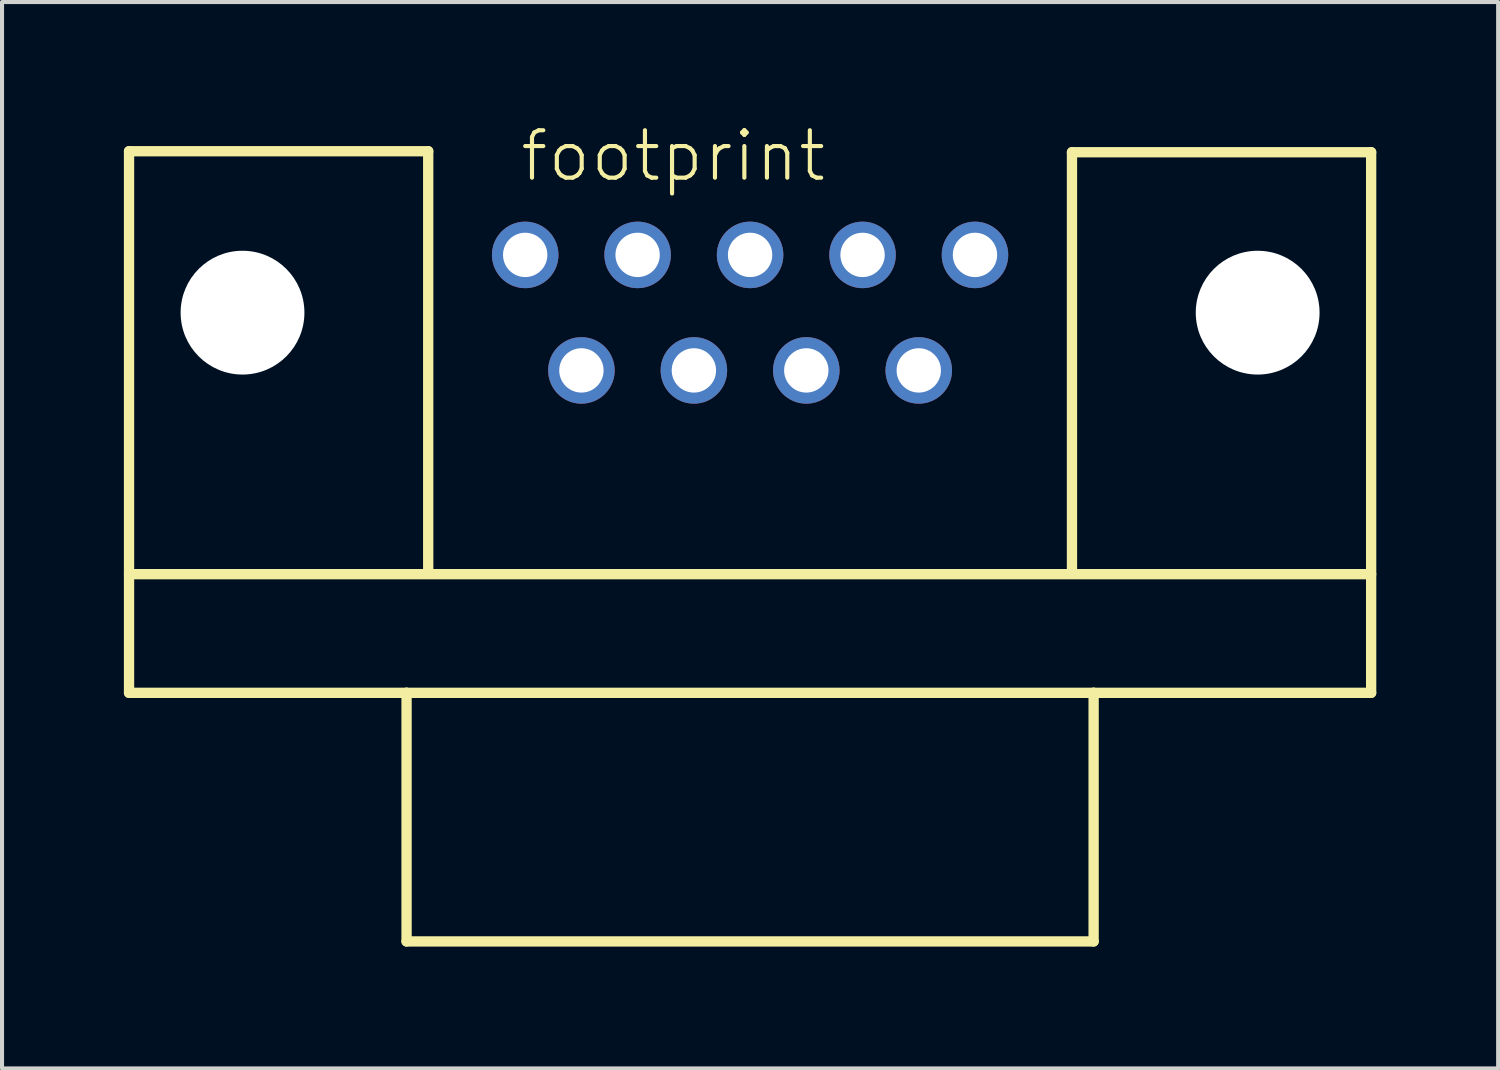
<source format=kicad_pcb>
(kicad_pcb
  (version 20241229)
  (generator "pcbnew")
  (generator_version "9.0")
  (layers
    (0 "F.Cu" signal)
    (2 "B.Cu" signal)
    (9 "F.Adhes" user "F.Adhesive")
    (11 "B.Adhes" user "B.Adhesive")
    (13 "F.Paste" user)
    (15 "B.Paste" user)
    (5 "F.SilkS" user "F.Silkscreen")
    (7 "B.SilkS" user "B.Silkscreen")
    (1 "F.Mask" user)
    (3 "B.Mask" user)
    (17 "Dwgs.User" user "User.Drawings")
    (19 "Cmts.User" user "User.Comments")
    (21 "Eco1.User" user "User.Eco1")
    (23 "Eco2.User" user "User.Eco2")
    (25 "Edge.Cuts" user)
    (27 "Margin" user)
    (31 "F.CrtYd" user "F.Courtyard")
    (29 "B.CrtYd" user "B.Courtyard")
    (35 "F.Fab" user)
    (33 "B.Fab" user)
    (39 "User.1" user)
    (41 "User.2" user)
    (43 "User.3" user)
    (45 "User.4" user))
  (footprint "footprint"
    (layer "F.Cu")
    (at 15.418 4.648)
    (property "Reference" "footprint" (at -5.715 -3.175 0) (layer "F.SilkS") (effects (font (size 1.168 1.168) (thickness 0.102)) (justify left bottom)))
    (fp_line (start -15.291 -3.975) (end -7.925 -3.975) (stroke (width 0.254) (type solid)) (layer "F.SilkS"))
    (fp_line (start -15.291 6.439) (end 15.291 6.439) (stroke (width 0.254) (type solid)) (layer "F.SilkS"))
    (fp_line (start -15.291 9.36) (end -15.291 -3.975) (stroke (width 0.254) (type solid)) (layer "F.SilkS"))
    (fp_line (start -8.458 9.36) (end -15.291 9.36) (stroke (width 0.254) (type solid)) (layer "F.SilkS"))
    (fp_line (start -8.458 9.36) (end 8.458 9.36) (stroke (width 0.254) (type solid)) (layer "F.SilkS"))
    (fp_line (start -8.458 15.481) (end -8.458 9.36) (stroke (width 0.254) (type solid)) (layer "F.SilkS"))
    (fp_line (start -7.925 -3.975) (end -7.925 6.299) (stroke (width 0.254) (type solid)) (layer "F.SilkS"))
    (fp_line (start 7.925 -3.95) (end 7.925 6.299) (stroke (width 0.254) (type solid)) (layer "F.SilkS"))
    (fp_line (start 8.458 9.36) (end 8.458 15.481) (stroke (width 0.254) (type solid)) (layer "F.SilkS"))
    (fp_line (start 8.458 15.481) (end -8.458 15.481) (stroke (width 0.254) (type solid)) (layer "F.SilkS"))
    (fp_line (start 15.291 -3.95) (end 7.925 -3.95) (stroke (width 0.254) (type solid)) (layer "F.SilkS"))
    (fp_line (start 15.291 -3.95) (end 15.291 9.36) (stroke (width 0.254) (type solid)) (layer "F.SilkS"))
    (fp_line (start 15.291 9.36) (end 8.458 9.36) (stroke (width 0.254) (type solid)) (layer "F.SilkS"))
    (pad "" np_thru_hole circle (at -12.497 0) (size 3.048 3.048) (drill 3.048) (layers "*.Cu" "*.Mask"))
    (pad "" np_thru_hole circle (at 12.497 0) (size 3.048 3.048) (drill 3.048) (layers "*.Cu" "*.Mask"))
    (pad "1" thru_hole circle (at 5.537 -1.422) (size 1.638 1.638) (drill 1.092) (layers "*.Cu" "*.Mask"))
    (pad "2" thru_hole circle (at 2.769 -1.422) (size 1.638 1.638) (drill 1.092) (layers "*.Cu" "*.Mask"))
    (pad "3" thru_hole circle (at 0 -1.422) (size 1.638 1.638) (drill 1.092) (layers "*.Cu" "*.Mask"))
    (pad "4" thru_hole circle (at -2.769 -1.422) (size 1.638 1.638) (drill 1.092) (layers "*.Cu" "*.Mask"))
    (pad "5" thru_hole circle (at -5.537 -1.422) (size 1.638 1.638) (drill 1.092) (layers "*.Cu" "*.Mask"))
    (pad "6" thru_hole circle (at 4.153 1.422) (size 1.638 1.638) (drill 1.092) (layers "*.Cu" "*.Mask"))
    (pad "7" thru_hole circle (at 1.384 1.422) (size 1.638 1.638) (drill 1.092) (layers "*.Cu" "*.Mask"))
    (pad "8" thru_hole circle (at -1.384 1.422) (size 1.638 1.638) (drill 1.092) (layers "*.Cu" "*.Mask"))
    (pad "9" thru_hole circle (at -4.153 1.422) (size 1.638 1.638) (drill 1.092) (layers "*.Cu" "*.Mask")))
  (gr_rect
    (start -3 -3)
    (end 33.836 23.256)
    (stroke (width 0.1) (type default))
    (fill no)
    (layer "Edge.Cuts")))
</source>
